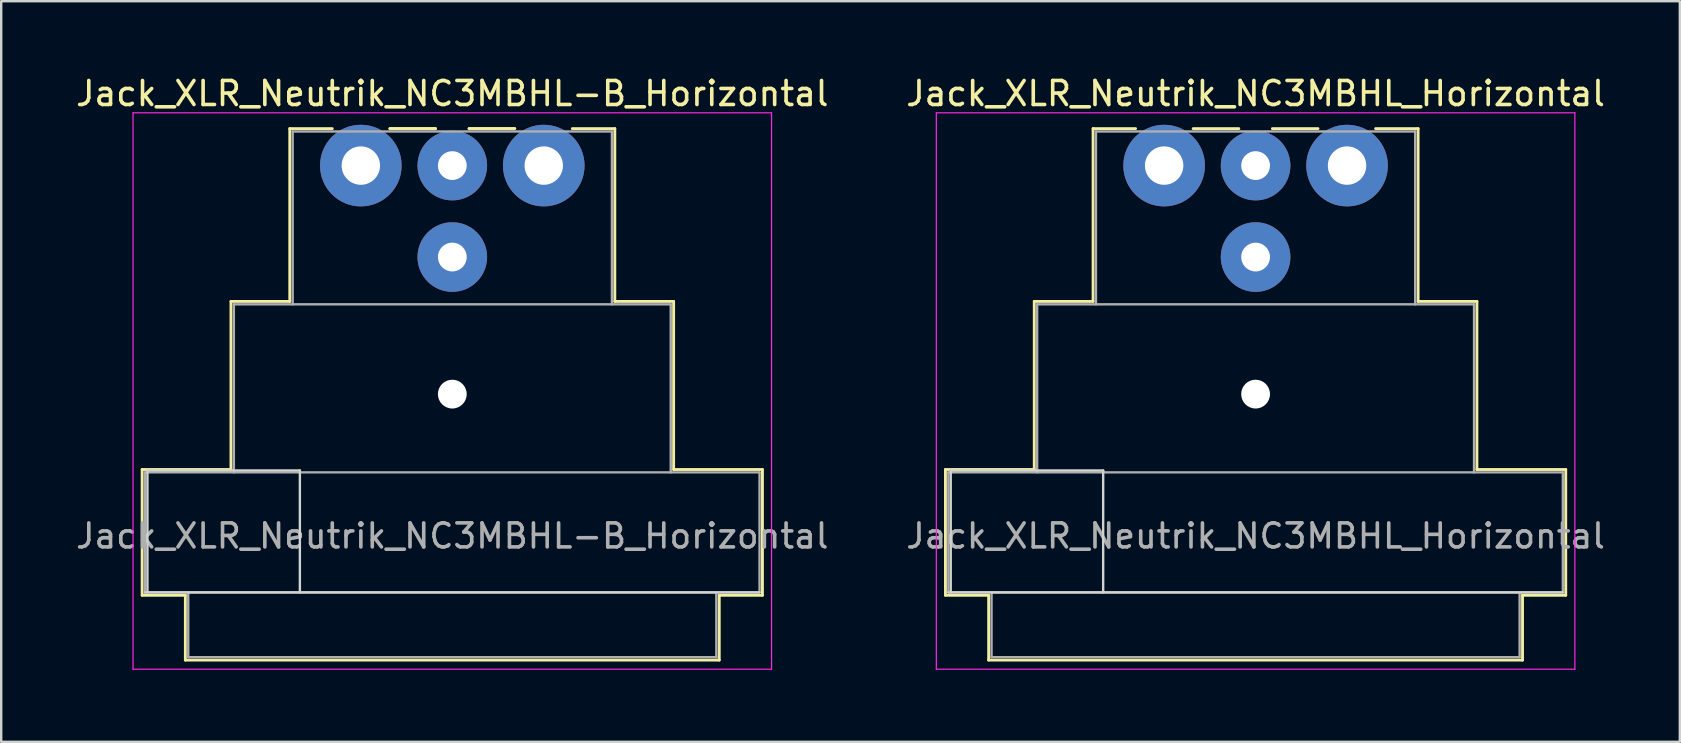
<source format=kicad_pcb>
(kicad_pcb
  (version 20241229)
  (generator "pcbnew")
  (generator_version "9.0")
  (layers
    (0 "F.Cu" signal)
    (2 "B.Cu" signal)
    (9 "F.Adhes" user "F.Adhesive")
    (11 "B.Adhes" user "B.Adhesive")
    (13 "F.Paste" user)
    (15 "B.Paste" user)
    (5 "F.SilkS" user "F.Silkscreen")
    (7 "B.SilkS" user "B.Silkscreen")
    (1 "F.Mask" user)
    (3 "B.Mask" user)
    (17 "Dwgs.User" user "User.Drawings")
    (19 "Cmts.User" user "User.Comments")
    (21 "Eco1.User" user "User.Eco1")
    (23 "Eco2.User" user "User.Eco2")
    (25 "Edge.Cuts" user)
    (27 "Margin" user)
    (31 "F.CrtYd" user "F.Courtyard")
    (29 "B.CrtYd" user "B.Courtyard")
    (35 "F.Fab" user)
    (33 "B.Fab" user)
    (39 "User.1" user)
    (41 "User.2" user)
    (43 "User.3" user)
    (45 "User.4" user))
  (footprint "Jack_XLR_Neutrik_NC3MBHL-B_Horizontal"
    (layer "F.Cu")
    (at 11.982 3.848)
    (property "Reference" "Jack_XLR_Neutrik_NC3MBHL-B_Horizontal" (at 3.81 -3 0) (layer "F.SilkS") (effects (font (size 1 1) (thickness 0.15))))
    (attr through_hole)
    (fp_line (start -9.11 12.66) (end -5.41 12.66) (stroke (width 0.12) (type solid)) (layer "F.SilkS"))
    (fp_line (start -9.11 17.9) (end -9.11 12.66) (stroke (width 0.12) (type solid)) (layer "F.SilkS"))
    (fp_line (start -7.31 17.9) (end -9.11 17.9) (stroke (width 0.12) (type solid)) (layer "F.SilkS"))
    (fp_line (start -7.31 17.9) (end -7.31 20.6) (stroke (width 0.12) (type solid)) (layer "F.SilkS"))
    (fp_line (start -5.41 12.66) (end -5.41 5.66) (stroke (width 0.12) (type solid)) (layer "F.SilkS"))
    (fp_line (start -2.96 5.66) (end -5.41 5.66) (stroke (width 0.12) (type solid)) (layer "F.SilkS"))
    (fp_line (start -2.96 5.66) (end -2.96 -1.54) (stroke (width 0.12) (type solid)) (layer "F.SilkS"))
    (fp_line (start -1.19 -1.54) (end -2.96 -1.54) (stroke (width 0.12) (type solid)) (layer "F.SilkS"))
    (fp_line (start 3.11 -1.54) (end 1.21 -1.54) (stroke (width 0.12) (type solid)) (layer "F.SilkS"))
    (fp_line (start 3.11 -1.54) (end 1.21 -1.54) (stroke (width 0.12) (type solid)) (layer "F.SilkS"))
    (fp_line (start 4.51 -1.54) (end 6.41 -1.54) (stroke (width 0.12) (type solid)) (layer "F.SilkS"))
    (fp_line (start 4.51 -1.54) (end 6.41 -1.54) (stroke (width 0.12) (type solid)) (layer "F.SilkS"))
    (fp_line (start 10.58 -1.54) (end 8.81 -1.54) (stroke (width 0.12) (type solid)) (layer "F.SilkS"))
    (fp_line (start 10.58 5.66) (end 10.58 -1.54) (stroke (width 0.12) (type solid)) (layer "F.SilkS"))
    (fp_line (start 10.58 5.66) (end 13.03 5.66) (stroke (width 0.12) (type solid)) (layer "F.SilkS"))
    (fp_line (start 13.03 12.66) (end 13.03 5.66) (stroke (width 0.12) (type solid)) (layer "F.SilkS"))
    (fp_line (start 13.03 12.66) (end 16.73 12.66) (stroke (width 0.12) (type solid)) (layer "F.SilkS"))
    (fp_line (start 14.93 17.9) (end 14.93 20.6) (stroke (width 0.12) (type solid)) (layer "F.SilkS"))
    (fp_line (start 14.93 20.6) (end -7.31 20.6) (stroke (width 0.12) (type solid)) (layer "F.SilkS"))
    (fp_line (start 16.73 17.9) (end 14.93 17.9) (stroke (width 0.12) (type solid)) (layer "F.SilkS"))
    (fp_line (start 16.73 17.9) (end 16.73 12.66) (stroke (width 0.12) (type solid)) (layer "F.SilkS"))
    (fp_line (start -8.89 12.7) (end -8.89 17.78) (stroke (width 0.1) (type solid)) (layer "Edge.Cuts"))
    (fp_line (start -2.54 12.7) (end -8.89 12.7) (stroke (width 0.1) (type solid)) (layer "Edge.Cuts"))
    (fp_line (start -2.54 17.78) (end -2.54 12.7) (stroke (width 0.1) (type solid)) (layer "Edge.Cuts"))
    (fp_line (start 16.61 17.78) (end -8.99 17.78) (stroke (width 0.1) (type solid)) (layer "Edge.Cuts"))
    (fp_line (start -9.49 20.98) (end -9.49 -2.2) (stroke (width 0.05) (type solid)) (layer "F.CrtYd"))
    (fp_line (start 17.11 -2.2) (end -9.49 -2.2) (stroke (width 0.05) (type solid)) (layer "F.CrtYd"))
    (fp_line (start 17.11 20.98) (end -9.49 20.98) (stroke (width 0.05) (type solid)) (layer "F.CrtYd"))
    (fp_line (start 17.11 20.98) (end 17.11 -2.2) (stroke (width 0.05) (type solid)) (layer "F.CrtYd"))
    (fp_line (start -8.99 12.78) (end 16.61 12.78) (stroke (width 0.1) (type solid)) (layer "F.Fab"))
    (fp_line (start -8.99 17.78) (end -8.99 12.78) (stroke (width 0.1) (type solid)) (layer "F.Fab"))
    (fp_line (start -7.19 20.48) (end -7.19 17.78) (stroke (width 0.1) (type solid)) (layer "F.Fab"))
    (fp_line (start -5.29 5.78) (end -5.29 12.78) (stroke (width 0.1) (type solid)) (layer "F.Fab"))
    (fp_line (start -5.29 5.78) (end 12.91 5.78) (stroke (width 0.1) (type solid)) (layer "F.Fab"))
    (fp_line (start -2.84 5.78) (end -2.84 -1.42) (stroke (width 0.1) (type solid)) (layer "F.Fab"))
    (fp_line (start 10.46 -1.42) (end -2.84 -1.42) (stroke (width 0.1) (type solid)) (layer "F.Fab"))
    (fp_line (start 10.46 5.78) (end 10.46 -1.42) (stroke (width 0.1) (type solid)) (layer "F.Fab"))
    (fp_line (start 12.91 12.78) (end 12.91 5.78) (stroke (width 0.1) (type solid)) (layer "F.Fab"))
    (fp_line (start 14.81 17.78) (end 14.81 20.48) (stroke (width 0.1) (type solid)) (layer "F.Fab"))
    (fp_line (start 14.81 20.48) (end -7.19 20.48) (stroke (width 0.1) (type solid)) (layer "F.Fab"))
    (fp_line (start 16.61 12.78) (end 16.61 17.78) (stroke (width 0.1) (type solid)) (layer "F.Fab"))
    (fp_line (start 16.61 17.78) (end -8.99 17.78) (stroke (width 0.1) (type solid)) (layer "F.Fab"))
    (fp_text user "${REFERENCE}" (at 3.81 15.43 0) (layer "F.Fab") (effects (font (size 1 1) (thickness 0.15))))
    (pad "" np_thru_hole circle (at 3.81 9.52) (size 1.2 1.2) (drill 1.2) (layers "*.Cu" "*.Mask"))
    (pad "1" thru_hole circle (at 0 0) (size 3.4 3.4) (drill 1.6) (layers "*.Cu" "*.Mask"))
    (pad "2" thru_hole circle (at 3.81 0) (size 2.9 2.9) (drill 1.2) (layers "*.Cu" "*.Mask"))
    (pad "3" thru_hole circle (at 7.62 0) (size 3.4 3.4) (drill 1.6) (layers "*.Cu" "*.Mask"))
    (pad "G" thru_hole circle (at 3.81 3.81) (size 2.9 2.9) (drill 1.2) (layers "*.Cu" "*.Mask")))
  (footprint "Jack_XLR_Neutrik_NC3MBHL_Horizontal"
    (layer "F.Cu")
    (at 45.446 3.848)
    (property "Reference" "Jack_XLR_Neutrik_NC3MBHL_Horizontal" (at 3.81 -3 0) (layer "F.SilkS") (effects (font (size 1 1) (thickness 0.15))))
    (attr through_hole)
    (fp_line (start -9.11 12.66) (end -5.41 12.66) (stroke (width 0.12) (type solid)) (layer "F.SilkS"))
    (fp_line (start -9.11 17.9) (end -9.11 12.66) (stroke (width 0.12) (type solid)) (layer "F.SilkS"))
    (fp_line (start -7.31 17.9) (end -9.11 17.9) (stroke (width 0.12) (type solid)) (layer "F.SilkS"))
    (fp_line (start -7.31 17.9) (end -7.31 20.6) (stroke (width 0.12) (type solid)) (layer "F.SilkS"))
    (fp_line (start -5.41 12.66) (end -5.41 5.66) (stroke (width 0.12) (type solid)) (layer "F.SilkS"))
    (fp_line (start -2.96 5.66) (end -5.41 5.66) (stroke (width 0.12) (type solid)) (layer "F.SilkS"))
    (fp_line (start -2.96 5.66) (end -2.96 -1.54) (stroke (width 0.12) (type solid)) (layer "F.SilkS"))
    (fp_line (start -1.19 -1.54) (end -2.96 -1.54) (stroke (width 0.12) (type solid)) (layer "F.SilkS"))
    (fp_line (start 3.11 -1.54) (end 1.21 -1.54) (stroke (width 0.12) (type solid)) (layer "F.SilkS"))
    (fp_line (start 4.51 -1.54) (end 6.41 -1.54) (stroke (width 0.12) (type solid)) (layer "F.SilkS"))
    (fp_line (start 10.58 -1.54) (end 8.81 -1.54) (stroke (width 0.12) (type solid)) (layer "F.SilkS"))
    (fp_line (start 10.58 5.66) (end 10.58 -1.54) (stroke (width 0.12) (type solid)) (layer "F.SilkS"))
    (fp_line (start 10.58 5.66) (end 13.03 5.66) (stroke (width 0.12) (type solid)) (layer "F.SilkS"))
    (fp_line (start 13.03 12.66) (end 13.03 5.66) (stroke (width 0.12) (type solid)) (layer "F.SilkS"))
    (fp_line (start 13.03 12.66) (end 16.73 12.66) (stroke (width 0.12) (type solid)) (layer "F.SilkS"))
    (fp_line (start 14.93 17.9) (end 14.93 20.6) (stroke (width 0.12) (type solid)) (layer "F.SilkS"))
    (fp_line (start 14.93 20.6) (end -7.31 20.6) (stroke (width 0.12) (type solid)) (layer "F.SilkS"))
    (fp_line (start 16.73 17.9) (end 14.93 17.9) (stroke (width 0.12) (type solid)) (layer "F.SilkS"))
    (fp_line (start 16.73 17.9) (end 16.73 12.66) (stroke (width 0.12) (type solid)) (layer "F.SilkS"))
    (fp_line (start -8.89 12.7) (end -8.89 17.78) (stroke (width 0.1) (type solid)) (layer "Edge.Cuts"))
    (fp_line (start -2.54 12.7) (end -8.89 12.7) (stroke (width 0.1) (type solid)) (layer "Edge.Cuts"))
    (fp_line (start -2.54 17.78) (end -2.54 12.7) (stroke (width 0.1) (type solid)) (layer "Edge.Cuts"))
    (fp_line (start 16.61 17.78) (end -8.99 17.78) (stroke (width 0.1) (type solid)) (layer "Edge.Cuts"))
    (fp_line (start -9.49 20.98) (end -9.49 -2.2) (stroke (width 0.05) (type solid)) (layer "F.CrtYd"))
    (fp_line (start 17.11 -2.2) (end -9.49 -2.2) (stroke (width 0.05) (type solid)) (layer "F.CrtYd"))
    (fp_line (start 17.11 20.98) (end -9.49 20.98) (stroke (width 0.05) (type solid)) (layer "F.CrtYd"))
    (fp_line (start 17.11 20.98) (end 17.11 -2.2) (stroke (width 0.05) (type solid)) (layer "F.CrtYd"))
    (fp_line (start -8.99 12.78) (end 16.61 12.78) (stroke (width 0.1) (type solid)) (layer "F.Fab"))
    (fp_line (start -8.99 17.78) (end -8.99 12.78) (stroke (width 0.1) (type solid)) (layer "F.Fab"))
    (fp_line (start -7.19 20.48) (end -7.19 17.78) (stroke (width 0.1) (type solid)) (layer "F.Fab"))
    (fp_line (start -5.29 5.78) (end -5.29 12.78) (stroke (width 0.1) (type solid)) (layer "F.Fab"))
    (fp_line (start -5.29 5.78) (end 12.91 5.78) (stroke (width 0.1) (type solid)) (layer "F.Fab"))
    (fp_line (start -2.84 5.78) (end -2.84 -1.42) (stroke (width 0.1) (type solid)) (layer "F.Fab"))
    (fp_line (start 10.46 -1.42) (end -2.84 -1.42) (stroke (width 0.1) (type solid)) (layer "F.Fab"))
    (fp_line (start 10.46 5.78) (end 10.46 -1.42) (stroke (width 0.1) (type solid)) (layer "F.Fab"))
    (fp_line (start 12.91 12.78) (end 12.91 5.78) (stroke (width 0.1) (type solid)) (layer "F.Fab"))
    (fp_line (start 14.81 17.78) (end 14.81 20.48) (stroke (width 0.1) (type solid)) (layer "F.Fab"))
    (fp_line (start 14.81 20.48) (end -7.19 20.48) (stroke (width 0.1) (type solid)) (layer "F.Fab"))
    (fp_line (start 16.61 12.78) (end 16.61 17.78) (stroke (width 0.1) (type solid)) (layer "F.Fab"))
    (fp_line (start 16.61 17.78) (end -8.99 17.78) (stroke (width 0.1) (type solid)) (layer "F.Fab"))
    (fp_text user "${REFERENCE}" (at 3.81 15.43 0) (layer "F.Fab") (effects (font (size 1 1) (thickness 0.15))))
    (pad "" np_thru_hole circle (at 3.81 9.52) (size 1.2 1.2) (drill 1.2) (layers "*.Cu" "*.Mask"))
    (pad "1" thru_hole circle (at 0 0) (size 3.4 3.4) (drill 1.6) (layers "*.Cu" "*.Mask"))
    (pad "2" thru_hole circle (at 3.81 0) (size 2.9 2.9) (drill 1.2) (layers "*.Cu" "*.Mask"))
    (pad "3" thru_hole circle (at 7.62 0) (size 3.4 3.4) (drill 1.6) (layers "*.Cu" "*.Mask"))
    (pad "G" thru_hole circle (at 3.81 3.81) (size 2.9 2.9) (drill 1.2) (layers "*.Cu" "*.Mask")))
  (gr_rect
    (start -3 -3)
    (end 66.929 27.853)
    (stroke (width 0.1) (type default))
    (fill no)
    (layer "Edge.Cuts")))
</source>
